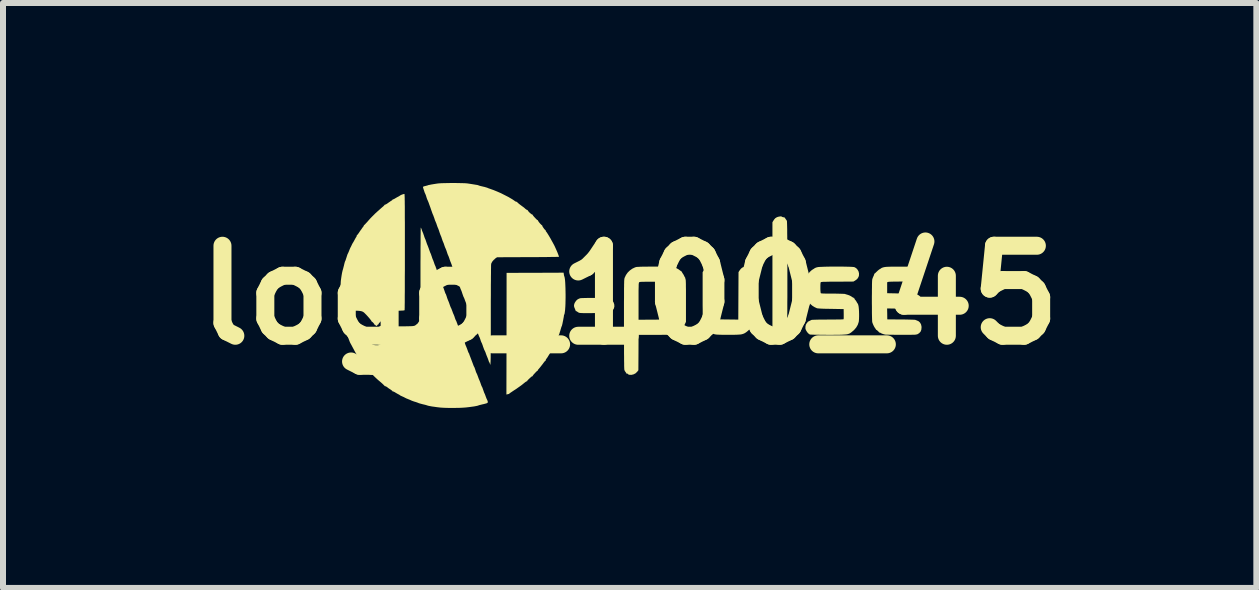
<source format=kicad_pcb>
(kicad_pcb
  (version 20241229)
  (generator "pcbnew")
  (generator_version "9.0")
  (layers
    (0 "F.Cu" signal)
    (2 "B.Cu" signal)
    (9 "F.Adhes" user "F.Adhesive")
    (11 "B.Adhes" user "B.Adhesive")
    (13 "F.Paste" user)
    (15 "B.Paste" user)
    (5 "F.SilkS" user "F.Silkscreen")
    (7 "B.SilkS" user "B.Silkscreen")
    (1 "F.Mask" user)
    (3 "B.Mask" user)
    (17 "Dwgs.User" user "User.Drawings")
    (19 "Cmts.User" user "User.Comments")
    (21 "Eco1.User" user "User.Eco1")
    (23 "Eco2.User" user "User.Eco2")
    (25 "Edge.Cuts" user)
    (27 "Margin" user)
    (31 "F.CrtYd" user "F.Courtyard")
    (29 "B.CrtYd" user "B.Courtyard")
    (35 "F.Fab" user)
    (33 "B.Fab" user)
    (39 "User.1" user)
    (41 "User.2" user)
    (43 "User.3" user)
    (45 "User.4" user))
  (footprint "logo_100_45"
    (layer "F.Cu")
    (at 7.443 1.867)
    (property "Reference" "logo_100_45" (at 0 0 0) (layer "F.SilkS") (effects (font (size 1.5 1.5) (thickness 0.3))))
    (attr board_only exclude_from_pos_files exclude_from_bom)
    (fp_poly (pts (xy -2.257 -0.588) (xy -2.258 -0.586) (xy -2.263 -0.58) (xy -2.264 -0.58) (xy -2.265 -0.584) (xy -2.264 -0.586) (xy -2.258 -0.592) (xy -2.257 -0.592)) (stroke (width 0) (type solid)) (fill yes) (layer "F.SilkS"))
    (fp_poly (pts (xy 2.533 -1.308) (xy 2.533 -1.307) (xy 2.538 -1.304) (xy 2.551 -1.299) (xy 2.566 -1.296) (xy 2.58 -1.294) (xy 2.587 -1.29) (xy 2.588 -1.287) (xy 2.591 -1.279) (xy 2.599 -1.268) (xy 2.6 -1.266) (xy 2.612 -1.25) (xy 2.621 -1.235) (xy 2.621 -1.227) (xy 2.622 -1.208) (xy 2.623 -1.179) (xy 2.624 -1.14) (xy 2.625 -1.092) (xy 2.625 -1.037) (xy 2.626 -0.975) (xy 2.626 -0.906) (xy 2.627 -0.832) (xy 2.627 -0.753) (xy 2.627 -0.67) (xy 2.628 -0.584) (xy 2.628 -0.496) (xy 2.628 -0.406) (xy 2.628 -0.316) (xy 2.628 -0.225) (xy 2.628 -0.136) (xy 2.628 -0.048) (xy 2.628 0.038) (xy 2.627 0.12) (xy 2.627 0.198) (xy 2.627 0.271) (xy 2.626 0.339) (xy 2.626 0.401) (xy 2.625 0.455) (xy 2.624 0.501) (xy 2.624 0.538) (xy 2.623 0.566) (xy 2.622 0.584) (xy 2.621 0.59) (xy 2.605 0.618) (xy 2.58 0.64) (xy 2.549 0.655) (xy 2.515 0.662) (xy 2.48 0.66) (xy 2.45 0.651) (xy 2.434 0.642) (xy 2.421 0.632) (xy 2.41 0.618) (xy 2.396 0.596) (xy 2.392 0.59) (xy 2.379 0.567) (xy 2.379 -0.323) (xy 2.379 -1.213) (xy 2.392 -1.235) (xy 2.41 -1.262) (xy 2.428 -1.282) (xy 2.437 -1.287) (xy 2.58 -1.287) (xy 2.583 -1.284) (xy 2.586 -1.287) (xy 2.583 -1.29) (xy 2.58 -1.287) (xy 2.437 -1.287) (xy 2.451 -1.296) (xy 2.456 -1.298) (xy 2.473 -1.304) (xy 2.492 -1.308) (xy 2.511 -1.311) (xy 2.525 -1.311)) (stroke (width 0) (type solid)) (fill yes) (layer "F.SilkS"))
    (fp_poly (pts (xy -0.57 0.048) (xy -0.511 0.049) (xy -0.462 0.049) (xy -0.422 0.05) (xy -0.391 0.051) (xy -0.366 0.053) (xy -0.347 0.056) (xy -0.333 0.059) (xy -0.321 0.064) (xy -0.312 0.07) (xy -0.303 0.078) (xy -0.293 0.088) (xy -0.288 0.093) (xy -0.268 0.122) (xy -0.257 0.156) (xy -0.255 0.19) (xy -0.263 0.224) (xy -0.281 0.253) (xy -0.289 0.265) (xy -0.292 0.274) (xy -0.291 0.275) (xy -0.291 0.278) (xy -0.293 0.278) (xy -0.309 0.279) (xy -0.323 0.289) (xy -0.326 0.291) (xy -0.332 0.293) (xy -0.34 0.295) (xy -0.352 0.296) (xy -0.369 0.297) (xy -0.392 0.298) (xy -0.422 0.299) (xy -0.461 0.299) (xy -0.509 0.3) (xy -0.568 0.3) (xy -0.582 0.3) (xy -0.644 0.301) (xy -0.695 0.301) (xy -0.737 0.301) (xy -0.77 0.301) (xy -0.795 0.3) (xy -0.815 0.299) (xy -0.829 0.298) (xy -0.839 0.296) (xy -0.846 0.294) (xy -0.849 0.293) (xy -0.865 0.283) (xy -0.877 0.275) (xy -0.888 0.268) (xy -0.894 0.268) (xy -0.901 0.265) (xy -0.901 0.263) (xy -0.9 0.263) (xy -0.897 0.266) (xy -0.894 0.263) (xy -0.897 0.26) (xy -0.9 0.263) (xy -0.901 0.263) (xy -0.901 0.262) (xy -0.903 0.253) (xy -0.909 0.237) (xy -0.914 0.225) (xy -0.925 0.198) (xy -0.928 0.174) (xy -0.923 0.148) (xy -0.914 0.127) (xy -0.892 0.094) (xy -0.864 0.069) (xy -0.829 0.054) (xy -0.824 0.053) (xy -0.808 0.051) (xy -0.781 0.05) (xy -0.743 0.049) (xy -0.694 0.048) (xy -0.635 0.048)) (stroke (width 0) (type solid)) (fill yes) (layer "F.SilkS"))
    (fp_poly (pts (xy 1.977 -0.47) (xy 1.99 -0.465) (xy 2.009 -0.453) (xy 2.03 -0.435) (xy 2.047 -0.415) (xy 2.059 -0.396) (xy 2.059 -0.395) (xy 2.061 -0.385) (xy 2.062 -0.363) (xy 2.063 -0.33) (xy 2.064 -0.285) (xy 2.064 -0.228) (xy 2.065 -0.16) (xy 2.065 -0.079) (xy 2.065 0.013) (xy 2.065 0.026) (xy 2.065 0.109) (xy 2.065 0.182) (xy 2.065 0.244) (xy 2.065 0.298) (xy 2.064 0.343) (xy 2.063 0.38) (xy 2.062 0.411) (xy 2.06 0.435) (xy 2.058 0.455) (xy 2.055 0.471) (xy 2.052 0.484) (xy 2.048 0.494) (xy 2.044 0.503) (xy 2.038 0.511) (xy 2.036 0.515) (xy 2.028 0.528) (xy 2.024 0.537) (xy 2.024 0.537) (xy 2.02 0.545) (xy 2.009 0.559) (xy 1.993 0.575) (xy 1.974 0.593) (xy 1.955 0.609) (xy 1.938 0.622) (xy 1.922 0.632) (xy 1.906 0.641) (xy 1.889 0.647) (xy 1.87 0.653) (xy 1.846 0.657) (xy 1.818 0.659) (xy 1.783 0.661) (xy 1.74 0.662) (xy 1.688 0.662) (xy 1.639 0.662) (xy 1.584 0.662) (xy 1.54 0.662) (xy 1.504 0.661) (xy 1.477 0.66) (xy 1.455 0.659) (xy 1.438 0.657) (xy 1.424 0.655) (xy 1.412 0.652) (xy 1.411 0.652) (xy 1.389 0.644) (xy 1.368 0.634) (xy 1.357 0.628) (xy 1.343 0.62) (xy 1.332 0.618) (xy 1.331 0.619) (xy 1.327 0.62) (xy 1.328 0.617) (xy 1.325 0.611) (xy 1.317 0.601) (xy 1.305 0.59) (xy 1.293 0.582) (xy 1.284 0.578) (xy 1.283 0.578) (xy 1.281 0.576) (xy 1.282 0.572) (xy 1.28 0.563) (xy 1.272 0.552) (xy 1.263 0.538) (xy 1.252 0.52) (xy 1.242 0.499) (xy 1.234 0.48) (xy 1.231 0.467) (xy 1.231 0.467) (xy 1.227 0.455) (xy 1.224 0.451) (xy 1.222 0.447) (xy 1.221 0.438) (xy 1.22 0.423) (xy 1.219 0.401) (xy 1.218 0.373) (xy 1.217 0.337) (xy 1.217 0.292) (xy 1.217 0.237) (xy 1.216 0.173) (xy 1.216 0.099) (xy 1.216 0.031) (xy 1.216 -0.382) (xy 1.23 -0.405) (xy 1.245 -0.428) (xy 1.258 -0.444) (xy 1.272 -0.454) (xy 1.287 -0.462) (xy 1.314 -0.47) (xy 1.346 -0.473) (xy 1.376 -0.47) (xy 1.393 -0.465) (xy 1.412 -0.454) (xy 1.433 -0.436) (xy 1.451 -0.416) (xy 1.457 -0.406) (xy 1.459 -0.401) (xy 1.46 -0.389) (xy 1.462 -0.371) (xy 1.463 -0.345) (xy 1.464 -0.312) (xy 1.465 -0.27) (xy 1.465 -0.218) (xy 1.466 -0.157) (xy 1.467 -0.086) (xy 1.468 -0.003) (xy 1.468 0.006) (xy 1.471 0.405) (xy 1.641 0.407) (xy 1.81 0.409) (xy 1.812 0.013) (xy 1.814 -0.382) (xy 1.835 -0.415) (xy 1.855 -0.44) (xy 1.876 -0.457) (xy 1.883 -0.461) (xy 1.913 -0.47) (xy 1.946 -0.473)) (stroke (width 0) (type solid)) (fill yes) (layer "F.SilkS"))
    (fp_poly (pts (xy -1.097 -0.345) (xy -1.094 -0.327) (xy -1.09 -0.314) (xy -1.089 -0.311) (xy -1.085 -0.299) (xy -1.081 -0.278) (xy -1.077 -0.247) (xy -1.074 -0.209) (xy -1.072 -0.165) (xy -1.07 -0.116) (xy -1.069 -0.064) (xy -1.068 -0.011) (xy -1.068 0.043) (xy -1.069 0.096) (xy -1.07 0.145) (xy -1.072 0.191) (xy -1.075 0.231) (xy -1.076 0.25) (xy -1.08 0.278) (xy -1.083 0.302) (xy -1.087 0.318) (xy -1.089 0.325) (xy -1.09 0.325) (xy -1.094 0.33) (xy -1.095 0.338) (xy -1.096 0.349) (xy -1.099 0.368) (xy -1.104 0.393) (xy -1.109 0.422) (xy -1.115 0.45) (xy -1.12 0.476) (xy -1.125 0.496) (xy -1.128 0.508) (xy -1.128 0.509) (xy -1.132 0.518) (xy -1.133 0.521) (xy -1.136 0.528) (xy -1.138 0.533) (xy -1.141 0.542) (xy -1.146 0.56) (xy -1.153 0.583) (xy -1.157 0.598) (xy -1.165 0.622) (xy -1.171 0.643) (xy -1.176 0.656) (xy -1.178 0.66) (xy -1.182 0.668) (xy -1.189 0.684) (xy -1.197 0.706) (xy -1.199 0.71) (xy -1.207 0.731) (xy -1.214 0.748) (xy -1.218 0.757) (xy -1.219 0.758) (xy -1.223 0.764) (xy -1.23 0.779) (xy -1.237 0.795) (xy -1.245 0.814) (xy -1.255 0.837) (xy -1.268 0.862) (xy -1.28 0.887) (xy -1.291 0.909) (xy -1.301 0.926) (xy -1.306 0.934) (xy -1.307 0.935) (xy -1.312 0.942) (xy -1.32 0.955) (xy -1.324 0.963) (xy -1.339 0.988) (xy -1.357 1.016) (xy -1.374 1.044) (xy -1.39 1.065) (xy -1.391 1.067) (xy -1.398 1.079) (xy -1.399 1.089) (xy -1.399 1.09) (xy -1.398 1.094) (xy -1.401 1.093) (xy -1.407 1.096) (xy -1.417 1.106) (xy -1.429 1.122) (xy -1.43 1.122) (xy -1.444 1.142) (xy -1.462 1.165) (xy -1.482 1.191) (xy -1.502 1.215) (xy -1.518 1.234) (xy -1.525 1.242) (xy -1.53 1.251) (xy -1.529 1.256) (xy -1.529 1.26) (xy -1.531 1.258) (xy -1.538 1.261) (xy -1.549 1.27) (xy -1.564 1.285) (xy -1.58 1.302) (xy -1.596 1.319) (xy -1.608 1.334) (xy -1.616 1.346) (xy -1.617 1.35) (xy -1.619 1.354) (xy -1.621 1.353) (xy -1.628 1.354) (xy -1.64 1.363) (xy -1.646 1.368) (xy -1.671 1.391) (xy -1.689 1.408) (xy -1.7 1.42) (xy -1.706 1.427) (xy -1.708 1.431) (xy -1.707 1.432) (xy -1.709 1.436) (xy -1.712 1.436) (xy -1.721 1.439) (xy -1.735 1.448) (xy -1.743 1.454) (xy -1.763 1.47) (xy -1.784 1.487) (xy -1.791 1.493) (xy -1.807 1.505) (xy -1.832 1.523) (xy -1.862 1.544) (xy -1.896 1.568) (xy -1.932 1.591) (xy -1.966 1.614) (xy -1.972 1.618) (xy -1.99 1.63) (xy -2.003 1.64) (xy -2.009 1.645) (xy -2.009 1.646) (xy -2.012 1.649) (xy -2.017 1.649) (xy -2.031 1.652) (xy -2.04 1.654) (xy -2.054 1.658) (xy -2.052 0.644) (xy -2.051 -0.37) (xy -1.576 -0.371) (xy -1.101 -0.373)) (stroke (width 0) (type solid)) (fill yes) (layer "F.SilkS"))
    (fp_poly (pts (xy 4.592 -0.473) (xy 4.652 -0.473) (xy 4.701 -0.472) (xy 4.739 -0.471) (xy 4.767 -0.47) (xy 4.784 -0.468) (xy 4.788 -0.467) (xy 4.812 -0.454) (xy 4.835 -0.434) (xy 4.853 -0.41) (xy 4.856 -0.403) (xy 4.863 -0.378) (xy 4.864 -0.347) (xy 4.861 -0.317) (xy 4.854 -0.292) (xy 4.853 -0.291) (xy 4.842 -0.273) (xy 4.829 -0.258) (xy 4.809 -0.244) (xy 4.798 -0.238) (xy 4.792 -0.234) (xy 4.785 -0.232) (xy 4.777 -0.23) (xy 4.767 -0.228) (xy 4.752 -0.227) (xy 4.732 -0.226) (xy 4.706 -0.225) (xy 4.673 -0.225) (xy 4.63 -0.225) (xy 4.578 -0.225) (xy 4.548 -0.225) (xy 4.492 -0.225) (xy 4.441 -0.224) (xy 4.396 -0.224) (xy 4.359 -0.223) (xy 4.331 -0.222) (xy 4.313 -0.22) (xy 4.306 -0.219) (xy 4.291 -0.213) (xy 4.291 -0.122) (xy 4.291 -0.031) (xy 4.442 -0.028) (xy 4.49 -0.026) (xy 4.539 -0.025) (xy 4.587 -0.025) (xy 4.63 -0.024) (xy 4.666 -0.023) (xy 4.681 -0.023) (xy 4.714 -0.023) (xy 4.739 -0.022) (xy 4.756 -0.021) (xy 4.77 -0.019) (xy 4.781 -0.014) (xy 4.794 -0.008) (xy 4.802 -0.004) (xy 4.825 0.01) (xy 4.84 0.024) (xy 4.851 0.042) (xy 4.86 0.068) (xy 4.864 0.098) (xy 4.864 0.129) (xy 4.858 0.155) (xy 4.855 0.16) (xy 4.85 0.174) (xy 4.85 0.184) (xy 4.85 0.185) (xy 4.851 0.188) (xy 4.848 0.187) (xy 4.841 0.189) (xy 4.829 0.196) (xy 4.826 0.199) (xy 4.817 0.207) (xy 4.808 0.213) (xy 4.798 0.218) (xy 4.786 0.222) (xy 4.771 0.225) (xy 4.75 0.227) (xy 4.724 0.229) (xy 4.691 0.229) (xy 4.65 0.229) (xy 4.6 0.228) (xy 4.539 0.227) (xy 4.526 0.227) (xy 4.29 0.223) (xy 4.292 0.314) (xy 4.293 0.405) (xy 4.524 0.407) (xy 4.575 0.407) (xy 4.623 0.408) (xy 4.665 0.409) (xy 4.702 0.41) (xy 4.73 0.411) (xy 4.75 0.412) (xy 4.76 0.413) (xy 4.76 0.414) (xy 4.771 0.418) (xy 4.785 0.423) (xy 4.814 0.436) (xy 4.838 0.458) (xy 4.855 0.487) (xy 4.863 0.522) (xy 4.864 0.539) (xy 4.86 0.579) (xy 4.847 0.611) (xy 4.824 0.635) (xy 4.797 0.652) (xy 4.791 0.654) (xy 4.783 0.656) (xy 4.773 0.658) (xy 4.76 0.66) (xy 4.743 0.661) (xy 4.719 0.661) (xy 4.69 0.662) (xy 4.652 0.662) (xy 4.605 0.662) (xy 4.548 0.662) (xy 4.521 0.662) (xy 4.468 0.662) (xy 4.417 0.662) (xy 4.371 0.661) (xy 4.332 0.661) (xy 4.299 0.66) (xy 4.275 0.66) (xy 4.261 0.659) (xy 4.258 0.659) (xy 4.234 0.653) (xy 4.21 0.645) (xy 4.191 0.637) (xy 4.18 0.63) (xy 4.179 0.63) (xy 4.169 0.624) (xy 4.163 0.624) (xy 4.156 0.624) (xy 4.156 0.623) (xy 4.153 0.616) (xy 4.143 0.606) (xy 4.131 0.594) (xy 4.118 0.584) (xy 4.108 0.578) (xy 4.105 0.577) (xy 4.104 0.577) (xy 4.104 0.576) (xy 4.103 0.569) (xy 4.096 0.56) (xy 4.084 0.543) (xy 4.07 0.519) (xy 4.057 0.491) (xy 4.047 0.466) (xy 4.042 0.45) (xy 4.041 0.438) (xy 4.04 0.416) (xy 4.039 0.384) (xy 4.038 0.345) (xy 4.037 0.3) (xy 4.037 0.249) (xy 4.037 0.194) (xy 4.036 0.138) (xy 4.036 0.08) (xy 4.036 0.023) (xy 4.037 -0.033) (xy 4.037 -0.086) (xy 4.038 -0.134) (xy 4.038 -0.177) (xy 4.039 -0.212) (xy 4.04 -0.239) (xy 4.042 -0.256) (xy 4.042 -0.26) (xy 4.049 -0.282) (xy 4.059 -0.306) (xy 4.063 -0.315) (xy 4.071 -0.332) (xy 4.075 -0.345) (xy 4.074 -0.349) (xy 4.074 -0.354) (xy 4.076 -0.354) (xy 4.082 -0.357) (xy 4.093 -0.367) (xy 4.108 -0.382) (xy 4.11 -0.384) (xy 4.129 -0.402) (xy 4.15 -0.42) (xy 4.166 -0.431) (xy 4.182 -0.44) (xy 4.193 -0.448) (xy 4.196 -0.45) (xy 4.203 -0.454) (xy 4.218 -0.459) (xy 4.235 -0.464) (xy 4.246 -0.466) (xy 4.259 -0.468) (xy 4.276 -0.47) (xy 4.297 -0.471) (xy 4.325 -0.472) (xy 4.359 -0.473) (xy 4.402 -0.473) (xy 4.454 -0.473) (xy 4.516 -0.473) (xy 4.52 -0.473)) (stroke (width 0) (type solid)) (fill yes) (layer "F.SilkS"))
    (fp_poly (pts (xy 0.425 -0.474) (xy 0.48 -0.474) (xy 0.533 -0.473) (xy 0.583 -0.472) (xy 0.629 -0.471) (xy 0.668 -0.47) (xy 0.7 -0.468) (xy 0.723 -0.467) (xy 0.735 -0.465) (xy 0.773 -0.451) (xy 0.811 -0.431) (xy 0.837 -0.412) (xy 0.852 -0.401) (xy 0.863 -0.394) (xy 0.867 -0.393) (xy 0.871 -0.389) (xy 0.871 -0.385) (xy 0.874 -0.376) (xy 0.882 -0.363) (xy 0.883 -0.362) (xy 0.894 -0.346) (xy 0.905 -0.326) (xy 0.908 -0.319) (xy 0.916 -0.303) (xy 0.923 -0.292) (xy 0.925 -0.289) (xy 0.928 -0.281) (xy 0.927 -0.276) (xy 0.928 -0.267) (xy 0.931 -0.265) (xy 0.932 -0.261) (xy 0.934 -0.252) (xy 0.935 -0.236) (xy 0.936 -0.212) (xy 0.937 -0.181) (xy 0.937 -0.14) (xy 0.938 -0.09) (xy 0.938 -0.031) (xy 0.938 0.04) (xy 0.938 0.092) (xy 0.938 0.447) (xy 0.921 0.482) (xy 0.913 0.501) (xy 0.908 0.516) (xy 0.908 0.525) (xy 0.908 0.531) (xy 0.906 0.531) (xy 0.9 0.535) (xy 0.889 0.545) (xy 0.876 0.561) (xy 0.874 0.563) (xy 0.854 0.584) (xy 0.83 0.605) (xy 0.81 0.62) (xy 0.795 0.629) (xy 0.782 0.637) (xy 0.768 0.644) (xy 0.753 0.649) (xy 0.736 0.653) (xy 0.716 0.657) (xy 0.691 0.659) (xy 0.66 0.661) (xy 0.622 0.662) (xy 0.577 0.662) (xy 0.522 0.663) (xy 0.457 0.663) (xy 0.425 0.663) (xy 0.148 0.663) (xy 0.147 0.958) (xy 0.145 1.253) (xy 0.128 1.275) (xy 0.1 1.303) (xy 0.066 1.321) (xy 0.029 1.33) (xy -0.009 1.328) (xy -0.01 1.328) (xy -0.021 1.324) (xy -0.024 1.32) (xy -0.029 1.314) (xy -0.04 1.309) (xy -0.052 1.307) (xy -0.056 1.307) (xy -0.059 1.306) (xy -0.058 1.304) (xy -0.058 1.298) (xy -0.065 1.287) (xy -0.067 1.285) (xy -0.079 1.268) (xy -0.088 1.249) (xy -0.089 1.242) (xy -0.09 1.228) (xy -0.091 1.206) (xy -0.092 1.176) (xy -0.092 1.137) (xy -0.093 1.089) (xy -0.093 1.032) (xy -0.094 0.966) (xy -0.094 0.889) (xy -0.094 0.803) (xy -0.095 0.705) (xy -0.095 0.596) (xy -0.095 0.487) (xy -0.095 0.411) (xy 0.148 0.411) (xy 0.413 0.41) (xy 0.479 0.409) (xy 0.535 0.409) (xy 0.58 0.408) (xy 0.616 0.407) (xy 0.643 0.406) (xy 0.663 0.405) (xy 0.675 0.403) (xy 0.681 0.401) (xy 0.682 0.401) (xy 0.683 0.394) (xy 0.683 0.376) (xy 0.684 0.348) (xy 0.685 0.313) (xy 0.685 0.269) (xy 0.686 0.22) (xy 0.686 0.166) (xy 0.686 0.108) (xy 0.686 0.09) (xy 0.686 0.022) (xy 0.686 -0.035) (xy 0.686 -0.082) (xy 0.686 -0.12) (xy 0.685 -0.15) (xy 0.685 -0.173) (xy 0.684 -0.19) (xy 0.683 -0.202) (xy 0.681 -0.21) (xy 0.68 -0.215) (xy 0.677 -0.217) (xy 0.676 -0.218) (xy 0.668 -0.219) (xy 0.65 -0.219) (xy 0.622 -0.22) (xy 0.586 -0.221) (xy 0.544 -0.221) (xy 0.496 -0.222) (xy 0.444 -0.222) (xy 0.415 -0.222) (xy 0.354 -0.222) (xy 0.304 -0.222) (xy 0.263 -0.222) (xy 0.231 -0.221) (xy 0.207 -0.221) (xy 0.189 -0.22) (xy 0.176 -0.219) (xy 0.167 -0.217) (xy 0.162 -0.215) (xy 0.158 -0.213) (xy 0.156 -0.21) (xy 0.154 -0.206) (xy 0.153 -0.198) (xy 0.151 -0.186) (xy 0.15 -0.169) (xy 0.15 -0.145) (xy 0.149 -0.114) (xy 0.148 -0.076) (xy 0.148 -0.028) (xy 0.148 0.03) (xy 0.148 0.099) (xy 0.148 0.106) (xy 0.148 0.411) (xy -0.095 0.411) (xy -0.095 0.378) (xy -0.095 0.28) (xy -0.095 0.193) (xy -0.095 0.116) (xy -0.094 0.048) (xy -0.094 -0.012) (xy -0.094 -0.063) (xy -0.094 -0.107) (xy -0.093 -0.145) (xy -0.093 -0.176) (xy -0.092 -0.202) (xy -0.092 -0.223) (xy -0.091 -0.24) (xy -0.09 -0.253) (xy -0.089 -0.264) (xy -0.088 -0.272) (xy -0.086 -0.279) (xy -0.085 -0.285) (xy -0.083 -0.29) (xy -0.082 -0.291) (xy -0.062 -0.334) (xy -0.033 -0.375) (xy -0.02 -0.388) (xy 0.864 -0.388) (xy 0.867 -0.385) (xy 0.87 -0.388) (xy 0.867 -0.391) (xy 0.864 -0.388) (xy -0.02 -0.388) (xy 0.004 -0.411) (xy 0.045 -0.44) (xy 0.089 -0.461) (xy 0.108 -0.467) (xy 0.122 -0.469) (xy 0.146 -0.47) (xy 0.179 -0.472) (xy 0.22 -0.473) (xy 0.266 -0.473) (xy 0.317 -0.474) (xy 0.37 -0.474)) (stroke (width 0) (type solid)) (fill yes) (layer "F.SilkS"))
    (fp_poly (pts (xy 3.501 -0.474) (xy 3.553 -0.474) (xy 3.602 -0.473) (xy 3.646 -0.472) (xy 3.684 -0.471) (xy 3.715 -0.469) (xy 3.736 -0.467) (xy 3.745 -0.465) (xy 3.774 -0.449) (xy 3.797 -0.424) (xy 3.814 -0.394) (xy 3.822 -0.361) (xy 3.821 -0.326) (xy 3.814 -0.303) (xy 3.799 -0.277) (xy 3.778 -0.256) (xy 3.754 -0.24) (xy 3.729 -0.225) (xy 3.459 -0.223) (xy 3.395 -0.223) (xy 3.341 -0.223) (xy 3.297 -0.222) (xy 3.262 -0.221) (xy 3.235 -0.221) (xy 3.215 -0.22) (xy 3.201 -0.218) (xy 3.191 -0.217) (xy 3.186 -0.215) (xy 3.184 -0.213) (xy 3.181 -0.203) (xy 3.179 -0.184) (xy 3.178 -0.16) (xy 3.178 -0.131) (xy 3.178 -0.102) (xy 3.179 -0.075) (xy 3.181 -0.052) (xy 3.183 -0.036) (xy 3.185 -0.031) (xy 3.191 -0.029) (xy 3.203 -0.027) (xy 3.224 -0.026) (xy 3.254 -0.025) (xy 3.293 -0.024) (xy 3.342 -0.024) (xy 3.383 -0.024) (xy 3.43 -0.024) (xy 3.474 -0.023) (xy 3.512 -0.022) (xy 3.545 -0.021) (xy 3.569 -0.02) (xy 3.584 -0.019) (xy 3.588 -0.018) (xy 3.6 -0.014) (xy 3.62 -0.008) (xy 3.637 -0.003) (xy 3.662 0.006) (xy 3.687 0.019) (xy 3.7 0.027) (xy 3.716 0.038) (xy 3.729 0.045) (xy 3.735 0.046) (xy 3.742 0.049) (xy 3.743 0.054) (xy 3.747 0.065) (xy 3.756 0.077) (xy 3.767 0.09) (xy 3.779 0.108) (xy 3.782 0.114) (xy 3.791 0.13) (xy 3.798 0.14) (xy 3.8 0.142) (xy 3.804 0.149) (xy 3.809 0.164) (xy 3.814 0.184) (xy 3.817 0.206) (xy 3.82 0.238) (xy 3.822 0.275) (xy 3.823 0.316) (xy 3.823 0.356) (xy 3.822 0.394) (xy 3.82 0.426) (xy 3.817 0.45) (xy 3.816 0.451) (xy 3.801 0.496) (xy 3.775 0.541) (xy 3.739 0.583) (xy 3.695 0.62) (xy 3.687 0.626) (xy 3.675 0.634) (xy 3.663 0.641) (xy 3.65 0.646) (xy 3.635 0.651) (xy 3.617 0.655) (xy 3.595 0.657) (xy 3.567 0.659) (xy 3.534 0.661) (xy 3.493 0.662) (xy 3.444 0.662) (xy 3.385 0.663) (xy 3.316 0.663) (xy 3.287 0.663) (xy 3.229 0.662) (xy 3.176 0.662) (xy 3.127 0.661) (xy 3.085 0.661) (xy 3.049 0.66) (xy 3.022 0.659) (xy 3.005 0.658) (xy 2.998 0.657) (xy 2.998 0.657) (xy 2.995 0.651) (xy 2.99 0.648) (xy 2.977 0.64) (xy 2.963 0.624) (xy 2.949 0.604) (xy 2.937 0.583) (xy 2.93 0.564) (xy 2.929 0.56) (xy 2.929 0.527) (xy 2.935 0.496) (xy 2.948 0.473) (xy 2.95 0.47) (xy 2.96 0.459) (xy 2.965 0.451) (xy 2.965 0.45) (xy 2.967 0.447) (xy 2.973 0.443) (xy 2.986 0.436) (xy 3.006 0.426) (xy 3.031 0.414) (xy 3.039 0.413) (xy 3.057 0.412) (xy 3.085 0.411) (xy 3.121 0.41) (xy 3.163 0.409) (xy 3.212 0.409) (xy 3.264 0.409) (xy 3.3 0.408) (xy 3.354 0.408) (xy 3.405 0.408) (xy 3.451 0.407) (xy 3.491 0.407) (xy 3.523 0.406) (xy 3.547 0.405) (xy 3.561 0.404) (xy 3.564 0.403) (xy 3.566 0.396) (xy 3.567 0.379) (xy 3.567 0.355) (xy 3.567 0.326) (xy 3.567 0.316) (xy 3.566 0.234) (xy 3.355 0.23) (xy 3.29 0.229) (xy 3.236 0.228) (xy 3.193 0.226) (xy 3.16 0.224) (xy 3.137 0.222) (xy 3.123 0.22) (xy 3.122 0.22) (xy 3.085 0.203) (xy 3.047 0.18) (xy 3.013 0.151) (xy 2.984 0.119) (xy 2.963 0.087) (xy 2.955 0.071) (xy 2.949 0.054) (xy 2.947 0.05) (xy 3.734 0.05) (xy 3.737 0.053) (xy 3.74 0.05) (xy 3.737 0.047) (xy 3.734 0.05) (xy 2.947 0.05) (xy 2.943 0.044) (xy 2.941 0.041) (xy 2.937 0.036) (xy 2.934 0.02) (xy 2.931 -0.006) (xy 2.93 -0.044) (xy 2.929 -0.093) (xy 2.929 -0.133) (xy 2.929 -0.178) (xy 2.93 -0.212) (xy 2.931 -0.238) (xy 2.933 -0.256) (xy 2.936 -0.269) (xy 2.938 -0.274) (xy 2.945 -0.291) (xy 2.954 -0.312) (xy 2.958 -0.321) (xy 2.975 -0.352) (xy 2.998 -0.382) (xy 3.025 -0.408) (xy 3.048 -0.425) (xy 3.065 -0.435) (xy 3.079 -0.444) (xy 3.083 -0.448) (xy 3.094 -0.453) (xy 3.112 -0.46) (xy 3.128 -0.464) (xy 3.143 -0.467) (xy 3.168 -0.469) (xy 3.202 -0.47) (xy 3.242 -0.472) (xy 3.289 -0.473) (xy 3.339 -0.474) (xy 3.392 -0.474) (xy 3.447 -0.474)) (stroke (width 0) (type solid)) (fill yes) (layer "F.SilkS"))
    (fp_poly (pts (xy -3.754 -1.684) (xy -3.753 -1.683) (xy -3.752 -1.678) (xy -3.751 -1.67) (xy -3.751 -1.658) (xy -3.75 -1.641) (xy -3.749 -1.619) (xy -3.749 -1.592) (xy -3.748 -1.559) (xy -3.748 -1.52) (xy -3.747 -1.473) (xy -3.747 -1.419) (xy -3.747 -1.357) (xy -3.747 -1.287) (xy -3.746 -1.207) (xy -3.746 -1.118) (xy -3.746 -1.019) (xy -3.746 -0.909) (xy -3.746 -0.789) (xy -3.746 -0.718) (xy -3.746 -0.612) (xy -3.746 -0.509) (xy -3.746 -0.41) (xy -3.747 -0.316) (xy -3.747 -0.226) (xy -3.747 -0.142) (xy -3.747 -0.065) (xy -3.748 0.006) (xy -3.748 0.069) (xy -3.748 0.123) (xy -3.749 0.169) (xy -3.749 0.206) (xy -3.75 0.232) (xy -3.75 0.248) (xy -3.751 0.253) (xy -3.758 0.255) (xy -3.775 0.258) (xy -3.802 0.259) (xy -3.841 0.261) (xy -3.867 0.261) (xy -3.907 0.262) (xy -3.937 0.263) (xy -3.959 0.264) (xy -3.975 0.266) (xy -3.987 0.269) (xy -3.997 0.273) (xy -4.004 0.276) (xy -4.019 0.287) (xy -4.038 0.303) (xy -4.058 0.323) (xy -4.077 0.344) (xy -4.095 0.365) (xy -4.108 0.383) (xy -4.115 0.396) (xy -4.115 0.4) (xy -4.117 0.406) (xy -4.119 0.405) (xy -4.126 0.407) (xy -4.135 0.416) (xy -4.144 0.428) (xy -4.15 0.439) (xy -4.151 0.445) (xy -4.15 0.449) (xy -4.153 0.448) (xy -4.159 0.45) (xy -4.168 0.459) (xy -4.178 0.47) (xy -4.184 0.481) (xy -4.185 0.487) (xy -4.188 0.49) (xy -4.191 0.49) (xy -4.199 0.493) (xy -4.204 0.502) (xy -4.214 0.513) (xy -4.225 0.513) (xy -4.236 0.503) (xy -4.244 0.495) (xy -4.249 0.494) (xy -4.254 0.495) (xy -4.254 0.493) (xy -4.256 0.485) (xy -4.264 0.473) (xy -4.275 0.46) (xy -4.287 0.449) (xy -4.296 0.442) (xy -4.299 0.442) (xy -4.302 0.443) (xy -4.301 0.441) (xy -4.302 0.434) (xy -4.311 0.421) (xy -4.325 0.402) (xy -4.344 0.379) (xy -4.366 0.354) (xy -4.39 0.328) (xy -4.411 0.307) (xy -4.424 0.294) (xy -4.437 0.284) (xy -4.451 0.276) (xy -4.467 0.27) (xy -4.486 0.266) (xy -4.511 0.263) (xy -4.543 0.261) (xy -4.583 0.261) (xy -4.633 0.26) (xy -4.652 0.26) (xy -4.81 0.26) (xy -4.815 0.226) (xy -4.817 0.207) (xy -4.818 0.178) (xy -4.819 0.14) (xy -4.82 0.097) (xy -4.82 0.049) (xy -4.82 -0.000255) (xy -4.82 -0.05) (xy -4.819 -0.099) (xy -4.818 -0.144) (xy -4.816 -0.183) (xy -4.815 -0.215) (xy -4.813 -0.238) (xy -4.813 -0.24) (xy -4.807 -0.283) (xy -4.801 -0.323) (xy -4.795 -0.359) (xy -4.789 -0.388) (xy -4.784 -0.408) (xy -4.782 -0.417) (xy -4.778 -0.428) (xy -4.773 -0.447) (xy -4.767 -0.471) (xy -4.761 -0.494) (xy -4.755 -0.52) (xy -4.749 -0.543) (xy -4.744 -0.559) (xy -4.741 -0.565) (xy -4.737 -0.573) (xy -4.731 -0.59) (xy -4.724 -0.612) (xy -4.72 -0.624) (xy -4.712 -0.649) (xy -4.705 -0.671) (xy -4.699 -0.686) (xy -4.697 -0.689) (xy -4.691 -0.701) (xy -4.683 -0.719) (xy -4.674 -0.741) (xy -4.672 -0.746) (xy -4.664 -0.767) (xy -4.657 -0.783) (xy -4.653 -0.792) (xy -4.652 -0.793) (xy -4.648 -0.8) (xy -4.641 -0.814) (xy -4.634 -0.829) (xy -4.625 -0.848) (xy -4.617 -0.863) (xy -4.613 -0.87) (xy -4.606 -0.88) (xy -4.597 -0.896) (xy -4.59 -0.909) (xy -4.578 -0.931) (xy -4.566 -0.953) (xy -4.56 -0.962) (xy -4.551 -0.977) (xy -4.547 -0.99) (xy -4.548 -0.993) (xy -4.548 -0.998) (xy -4.546 -0.998) (xy -4.54 -1.001) (xy -4.531 -1.012) (xy -4.518 -1.029) (xy -4.515 -1.034) (xy -4.502 -1.053) (xy -4.492 -1.068) (xy -4.486 -1.076) (xy -4.486 -1.077) (xy -4.481 -1.083) (xy -4.471 -1.096) (xy -4.462 -1.11) (xy -4.45 -1.127) (xy -4.439 -1.141) (xy -4.434 -1.147) (xy -4.429 -1.156) (xy -4.43 -1.161) (xy -4.43 -1.165) (xy -4.428 -1.165) (xy -4.422 -1.168) (xy -4.41 -1.179) (xy -4.394 -1.197) (xy -4.374 -1.218) (xy -4.363 -1.231) (xy -4.324 -1.275) (xy -4.285 -1.315) (xy -4.244 -1.356) (xy -4.198 -1.398) (xy -4.146 -1.444) (xy -4.123 -1.464) (xy -4.103 -1.481) (xy -4.09 -1.495) (xy -4.083 -1.503) (xy -4.082 -1.505) (xy -4.08 -1.507) (xy -4.078 -1.506) (xy -4.071 -1.508) (xy -4.056 -1.515) (xy -4.037 -1.527) (xy -4.022 -1.538) (xy -4 -1.553) (xy -3.98 -1.567) (xy -3.965 -1.576) (xy -3.96 -1.58) (xy -3.951 -1.587) (xy -3.95 -1.592) (xy -3.949 -1.595) (xy -3.946 -1.595) (xy -3.936 -1.596) (xy -3.922 -1.603) (xy -3.915 -1.607) (xy -3.897 -1.618) (xy -3.874 -1.631) (xy -3.863 -1.637) (xy -3.845 -1.646) (xy -3.833 -1.654) (xy -3.829 -1.657) (xy -3.821 -1.662) (xy -3.805 -1.67) (xy -3.787 -1.677) (xy -3.77 -1.682) (xy -3.757 -1.685)) (stroke (width 0) (type solid)) (fill yes) (layer "F.SilkS"))
    (fp_poly (pts (xy -2.889 -1.867) (xy -2.839 -1.866) (xy -2.792 -1.865) (xy -2.752 -1.864) (xy -2.72 -1.862) (xy -2.702 -1.86) (xy -2.649 -1.852) (xy -2.605 -1.845) (xy -2.569 -1.839) (xy -2.543 -1.835) (xy -2.526 -1.831) (xy -2.521 -1.829) (xy -2.514 -1.826) (xy -2.499 -1.821) (xy -2.476 -1.815) (xy -2.449 -1.809) (xy -2.447 -1.808) (xy -2.419 -1.802) (xy -2.396 -1.795) (xy -2.378 -1.79) (xy -2.37 -1.787) (xy -2.37 -1.787) (xy -2.362 -1.783) (xy -2.346 -1.777) (xy -2.325 -1.77) (xy -2.323 -1.769) (xy -2.269 -1.75) (xy -2.208 -1.725) (xy -2.144 -1.697) (xy -2.081 -1.665) (xy -2.02 -1.634) (xy -1.966 -1.602) (xy -1.959 -1.598) (xy -1.942 -1.587) (xy -1.929 -1.578) (xy -1.923 -1.574) (xy -1.913 -1.566) (xy -1.899 -1.558) (xy -1.887 -1.554) (xy -1.882 -1.554) (xy -1.877 -1.553) (xy -1.877 -1.551) (xy -1.873 -1.546) (xy -1.862 -1.535) (xy -1.844 -1.52) (xy -1.821 -1.502) (xy -1.814 -1.497) (xy -1.79 -1.479) (xy -1.769 -1.464) (xy -1.754 -1.452) (xy -1.747 -1.445) (xy -1.746 -1.445) (xy -1.736 -1.435) (xy -1.723 -1.426) (xy -1.711 -1.419) (xy -1.703 -1.418) (xy -1.703 -1.418) (xy -1.699 -1.418) (xy -1.701 -1.416) (xy -1.698 -1.409) (xy -1.689 -1.397) (xy -1.676 -1.382) (xy -1.66 -1.367) (xy -1.644 -1.354) (xy -1.63 -1.344) (xy -1.622 -1.341) (xy -1.621 -1.341) (xy -1.617 -1.34) (xy -1.617 -1.338) (xy -1.614 -1.331) (xy -1.605 -1.318) (xy -1.591 -1.302) (xy -1.575 -1.285) (xy -1.559 -1.268) (xy -1.545 -1.255) (xy -1.535 -1.248) (xy -1.531 -1.247) (xy -1.528 -1.247) (xy -1.529 -1.245) (xy -1.527 -1.238) (xy -1.519 -1.225) (xy -1.507 -1.209) (xy -1.493 -1.192) (xy -1.479 -1.178) (xy -1.468 -1.167) (xy -1.461 -1.164) (xy -1.46 -1.164) (xy -1.457 -1.164) (xy -1.458 -1.161) (xy -1.457 -1.153) (xy -1.45 -1.14) (xy -1.439 -1.123) (xy -1.427 -1.106) (xy -1.415 -1.092) (xy -1.405 -1.083) (xy -1.401 -1.082) (xy -1.399 -1.079) (xy -1.4 -1.077) (xy -1.399 -1.068) (xy -1.393 -1.059) (xy -1.382 -1.045) (xy -1.367 -1.022) (xy -1.349 -0.993) (xy -1.33 -0.961) (xy -1.324 -0.951) (xy -1.301 -0.909) (xy -1.283 -0.877) (xy -1.269 -0.851) (xy -1.259 -0.832) (xy -1.252 -0.819) (xy -1.251 -0.817) (xy -1.243 -0.799) (xy -1.233 -0.777) (xy -1.228 -0.766) (xy -1.22 -0.748) (xy -1.21 -0.725) (xy -1.2 -0.701) (xy -1.191 -0.677) (xy -1.183 -0.656) (xy -1.179 -0.642) (xy -1.178 -0.638) (xy -1.183 -0.637) (xy -1.2 -0.637) (xy -1.227 -0.636) (xy -1.263 -0.635) (xy -1.308 -0.635) (xy -1.36 -0.634) (xy -1.419 -0.633) (xy -1.484 -0.633) (xy -1.554 -0.632) (xy -1.628 -0.632) (xy -1.694 -0.632) (xy -2.21 -0.63) (xy -2.239 -0.61) (xy -2.269 -0.583) (xy -2.292 -0.554) (xy -2.307 -0.524) (xy -2.308 -0.517) (xy -2.309 -0.508) (xy -2.31 -0.488) (xy -2.31 -0.458) (xy -2.311 -0.417) (xy -2.311 -0.367) (xy -2.312 -0.309) (xy -2.312 -0.242) (xy -2.313 -0.168) (xy -2.313 -0.087) (xy -2.313 0.000485) (xy -2.314 0.093) (xy -2.314 0.191) (xy -2.314 0.294) (xy -2.314 0.33) (xy -2.314 0.45) (xy -2.314 0.559) (xy -2.314 0.657) (xy -2.314 0.745) (xy -2.314 0.822) (xy -2.315 0.891) (xy -2.315 0.95) (xy -2.316 1.001) (xy -2.316 1.044) (xy -2.317 1.079) (xy -2.318 1.107) (xy -2.319 1.129) (xy -2.32 1.145) (xy -2.321 1.155) (xy -2.323 1.16) (xy -2.325 1.16) (xy -2.326 1.156) (xy -2.328 1.148) (xy -2.33 1.143) (xy -2.333 1.13) (xy -2.337 1.124) (xy -2.337 1.124) (xy -2.341 1.119) (xy -2.347 1.106) (xy -2.352 1.09) (xy -2.361 1.065) (xy -2.371 1.039) (xy -2.376 1.027) (xy -2.385 1.005) (xy -2.395 0.978) (xy -2.402 0.957) (xy -2.41 0.938) (xy -2.417 0.923) (xy -2.422 0.917) (xy -2.422 0.917) (xy -2.425 0.915) (xy -2.424 0.913) (xy -2.424 0.906) (xy -2.426 0.903) (xy -2.43 0.895) (xy -2.436 0.878) (xy -2.444 0.856) (xy -2.447 0.846) (xy -2.455 0.824) (xy -2.462 0.805) (xy -2.467 0.795) (xy -2.468 0.793) (xy -2.472 0.786) (xy -2.478 0.771) (xy -2.485 0.751) (xy -2.485 0.749) (xy -2.493 0.726) (xy -2.5 0.707) (xy -2.506 0.696) (xy -2.506 0.695) (xy -2.511 0.684) (xy -2.519 0.665) (xy -2.527 0.643) (xy -2.527 0.642) (xy -2.535 0.619) (xy -2.542 0.599) (xy -2.548 0.586) (xy -2.549 0.586) (xy -2.555 0.573) (xy -2.564 0.551) (xy -2.576 0.519) (xy -2.592 0.476) (xy -2.612 0.423) (xy -2.614 0.417) (xy -2.623 0.397) (xy -2.63 0.38) (xy -2.636 0.372) (xy -2.636 0.371) (xy -2.639 0.368) (xy -2.637 0.367) (xy -2.636 0.363) (xy -2.638 0.36) (xy -2.643 0.35) (xy -2.649 0.334) (xy -2.656 0.312) (xy -2.657 0.311) (xy -2.665 0.288) (xy -2.672 0.27) (xy -2.677 0.258) (xy -2.678 0.257) (xy -2.683 0.247) (xy -2.69 0.228) (xy -2.699 0.205) (xy -2.702 0.195) (xy -2.71 0.173) (xy -2.717 0.155) (xy -2.721 0.144) (xy -2.722 0.142) (xy -2.726 0.135) (xy -2.732 0.12) (xy -2.74 0.1) (xy -2.743 0.092) (xy -2.751 0.069) (xy -2.758 0.051) (xy -2.763 0.039) (xy -2.765 0.038) (xy -2.769 0.029) (xy -2.775 0.013) (xy -2.783 -0.01) (xy -2.788 -0.024) (xy -2.796 -0.049) (xy -2.803 -0.069) (xy -2.809 -0.082) (xy -2.811 -0.086) (xy -2.814 -0.094) (xy -2.821 -0.11) (xy -2.828 -0.132) (xy -2.832 -0.142) (xy -2.84 -0.165) (xy -2.846 -0.184) (xy -2.851 -0.196) (xy -2.852 -0.198) (xy -2.856 -0.206) (xy -2.862 -0.223) (xy -2.87 -0.244) (xy -2.873 -0.254) (xy -2.881 -0.278) (xy -2.888 -0.297) (xy -2.893 -0.309) (xy -2.894 -0.311) (xy -2.898 -0.319) (xy -2.905 -0.336) (xy -2.912 -0.357) (xy -2.915 -0.367) (xy -2.923 -0.39) (xy -2.93 -0.408) (xy -2.934 -0.419) (xy -2.935 -0.42) (xy -2.939 -0.427) (xy -2.945 -0.442) (xy -2.952 -0.464) (xy -2.959 -0.482) (xy -2.967 -0.507) (xy -2.975 -0.528) (xy -2.98 -0.543) (xy -2.983 -0.547) (xy -2.986 -0.555) (xy -2.992 -0.572) (xy -3 -0.594) (xy -3.003 -0.604) (xy -3.011 -0.627) (xy -3.018 -0.646) (xy -3.023 -0.658) (xy -3.025 -0.66) (xy -3.028 -0.668) (xy -3.035 -0.685) (xy -3.042 -0.707) (xy -3.045 -0.716) (xy -3.053 -0.74) (xy -3.061 -0.761) (xy -3.067 -0.775) (xy -3.068 -0.778) (xy -3.074 -0.79) (xy -3.081 -0.808) (xy -3.089 -0.831) (xy -3.089 -0.831) (xy -3.096 -0.853) (xy -3.102 -0.869) (xy -3.106 -0.878) (xy -3.107 -0.879) (xy -3.11 -0.887) (xy -3.117 -0.903) (xy -3.124 -0.925) (xy -3.128 -0.935) (xy -3.135 -0.958) (xy -3.142 -0.977) (xy -3.147 -0.989) (xy -3.148 -0.991) (xy -3.152 -0.999) (xy -3.158 -1.016) (xy -3.166 -1.038) (xy -3.172 -1.056) (xy -3.18 -1.081) (xy -3.188 -1.102) (xy -3.194 -1.117) (xy -3.196 -1.121) (xy -3.2 -1.13) (xy -3.206 -1.146) (xy -3.213 -1.167) (xy -3.214 -1.169) (xy -3.221 -1.191) (xy -3.229 -1.21) (xy -3.234 -1.222) (xy -3.234 -1.223) (xy -3.24 -1.235) (xy -3.247 -1.254) (xy -3.252 -1.27) (xy -3.26 -1.294) (xy -3.269 -1.317) (xy -3.273 -1.329) (xy -3.281 -1.346) (xy -3.29 -1.369) (xy -3.299 -1.396) (xy -3.302 -1.403) (xy -3.321 -1.459) (xy -3.338 -1.505) (xy -3.351 -1.542) (xy -3.362 -1.569) (xy -3.369 -1.584) (xy -3.37 -1.586) (xy -3.376 -1.6) (xy -3.383 -1.62) (xy -3.388 -1.636) (xy -3.394 -1.657) (xy -3.401 -1.675) (xy -3.405 -1.684) (xy -3.41 -1.695) (xy -3.418 -1.713) (xy -3.425 -1.736) (xy -3.433 -1.759) (xy -3.44 -1.781) (xy -3.444 -1.796) (xy -3.444 -1.802) (xy -3.439 -1.807) (xy -3.423 -1.813) (xy -3.407 -1.817) (xy -3.387 -1.822) (xy -3.371 -1.826) (xy -3.364 -1.829) (xy -3.356 -1.832) (xy -3.336 -1.836) (xy -3.307 -1.842) (xy -3.271 -1.848) (xy -3.227 -1.855) (xy -3.193 -1.86) (xy -3.169 -1.862) (xy -3.135 -1.864) (xy -3.094 -1.865) (xy -3.046 -1.866) (xy -2.995 -1.867) (xy -2.942 -1.867)) (stroke (width 0) (type solid)) (fill yes) (layer "F.SilkS"))
    (fp_poly (pts (xy -3.477 -1.119) (xy -3.471 -1.106) (xy -3.465 -1.09) (xy -3.459 -1.071) (xy -3.453 -1.056) (xy -3.45 -1.05) (xy -3.447 -1.042) (xy -3.44 -1.026) (xy -3.433 -1.004) (xy -3.429 -0.994) (xy -3.422 -0.971) (xy -3.415 -0.952) (xy -3.41 -0.94) (xy -3.409 -0.938) (xy -3.405 -0.93) (xy -3.399 -0.914) (xy -3.392 -0.893) (xy -3.391 -0.891) (xy -3.383 -0.866) (xy -3.374 -0.842) (xy -3.367 -0.826) (xy -3.36 -0.808) (xy -3.351 -0.784) (xy -3.342 -0.759) (xy -3.341 -0.755) (xy -3.333 -0.733) (xy -3.326 -0.714) (xy -3.322 -0.703) (xy -3.321 -0.702) (xy -3.317 -0.694) (xy -3.31 -0.677) (xy -3.303 -0.655) (xy -3.299 -0.645) (xy -3.292 -0.622) (xy -3.285 -0.603) (xy -3.28 -0.591) (xy -3.279 -0.589) (xy -3.275 -0.581) (xy -3.269 -0.564) (xy -3.261 -0.543) (xy -3.258 -0.533) (xy -3.25 -0.51) (xy -3.242 -0.491) (xy -3.236 -0.48) (xy -3.235 -0.478) (xy -3.232 -0.474) (xy -3.233 -0.474) (xy -3.235 -0.47) (xy -3.233 -0.466) (xy -3.228 -0.457) (xy -3.222 -0.44) (xy -3.215 -0.418) (xy -3.214 -0.414) (xy -3.207 -0.392) (xy -3.2 -0.374) (xy -3.195 -0.364) (xy -3.195 -0.363) (xy -3.19 -0.355) (xy -3.184 -0.338) (xy -3.175 -0.316) (xy -3.172 -0.307) (xy -3.154 -0.256) (xy -3.139 -0.212) (xy -3.126 -0.176) (xy -3.116 -0.15) (xy -3.109 -0.133) (xy -3.107 -0.129) (xy -3.102 -0.118) (xy -3.096 -0.1) (xy -3.088 -0.077) (xy -3.085 -0.069) (xy -3.078 -0.047) (xy -3.071 -0.029) (xy -3.066 -0.019) (xy -3.065 -0.018) (xy -3.061 -0.012) (xy -3.061 -0.012) (xy -3.059 -0.004) (xy -3.057 0) (xy -3.054 0.01) (xy -3.048 0.027) (xy -3.042 0.047) (xy -3.034 0.069) (xy -3.026 0.089) (xy -3.021 0.1) (xy -3.016 0.113) (xy -3.008 0.133) (xy -3 0.157) (xy -2.998 0.163) (xy -2.99 0.185) (xy -2.983 0.202) (xy -2.979 0.212) (xy -2.978 0.213) (xy -2.974 0.22) (xy -2.968 0.235) (xy -2.96 0.256) (xy -2.956 0.266) (xy -2.948 0.289) (xy -2.941 0.307) (xy -2.936 0.318) (xy -2.935 0.32) (xy -2.932 0.326) (xy -2.926 0.341) (xy -2.918 0.362) (xy -2.915 0.373) (xy -2.907 0.396) (xy -2.9 0.414) (xy -2.895 0.424) (xy -2.894 0.426) (xy -2.889 0.432) (xy -2.889 0.432) (xy -2.888 0.435) (xy -2.887 0.441) (xy -2.883 0.451) (xy -2.876 0.469) (xy -2.868 0.491) (xy -2.851 0.537) (xy -2.837 0.573) (xy -2.826 0.602) (xy -2.818 0.623) (xy -2.811 0.639) (xy -2.806 0.652) (xy -2.804 0.655) (xy -2.796 0.675) (xy -2.786 0.699) (xy -2.781 0.713) (xy -2.774 0.733) (xy -2.768 0.748) (xy -2.765 0.754) (xy -2.76 0.762) (xy -2.754 0.779) (xy -2.746 0.801) (xy -2.743 0.811) (xy -2.735 0.834) (xy -2.727 0.852) (xy -2.722 0.864) (xy -2.72 0.865) (xy -2.717 0.869) (xy -2.719 0.87) (xy -2.72 0.874) (xy -2.718 0.877) (xy -2.713 0.886) (xy -2.707 0.903) (xy -2.699 0.924) (xy -2.699 0.926) (xy -2.691 0.947) (xy -2.684 0.963) (xy -2.679 0.972) (xy -2.678 0.972) (xy -2.674 0.977) (xy -2.674 0.978) (xy -2.674 0.979) (xy -2.674 0.982) (xy -2.672 0.988) (xy -2.668 1) (xy -2.661 1.018) (xy -2.651 1.044) (xy -2.642 1.068) (xy -2.631 1.097) (xy -2.62 1.126) (xy -2.611 1.15) (xy -2.606 1.163) (xy -2.6 1.18) (xy -2.594 1.192) (xy -2.592 1.195) (xy -2.588 1.202) (xy -2.582 1.217) (xy -2.575 1.238) (xy -2.571 1.249) (xy -2.564 1.272) (xy -2.557 1.291) (xy -2.551 1.303) (xy -2.55 1.305) (xy -2.546 1.313) (xy -2.539 1.329) (xy -2.531 1.351) (xy -2.526 1.364) (xy -2.518 1.387) (xy -2.51 1.406) (xy -2.505 1.418) (xy -2.504 1.42) (xy -2.501 1.427) (xy -2.495 1.442) (xy -2.487 1.463) (xy -2.483 1.475) (xy -2.475 1.498) (xy -2.468 1.516) (xy -2.463 1.526) (xy -2.462 1.528) (xy -2.458 1.534) (xy -2.452 1.549) (xy -2.445 1.569) (xy -2.441 1.58) (xy -2.433 1.603) (xy -2.426 1.623) (xy -2.421 1.635) (xy -2.42 1.637) (xy -2.415 1.646) (xy -2.409 1.662) (xy -2.401 1.683) (xy -2.4 1.687) (xy -2.392 1.708) (xy -2.385 1.726) (xy -2.38 1.736) (xy -2.38 1.736) (xy -2.375 1.746) (xy -2.369 1.761) (xy -2.367 1.766) (xy -2.364 1.779) (xy -2.364 1.788) (xy -2.37 1.796) (xy -2.382 1.803) (xy -2.403 1.809) (xy -2.433 1.817) (xy -2.444 1.819) (xy -2.472 1.826) (xy -2.497 1.832) (xy -2.515 1.837) (xy -2.524 1.841) (xy -2.538 1.845) (xy -2.562 1.85) (xy -2.594 1.856) (xy -2.632 1.861) (xy -2.675 1.867) (xy -2.72 1.872) (xy -2.727 1.873) (xy -2.768 1.876) (xy -2.818 1.879) (xy -2.874 1.88) (xy -2.933 1.881) (xy -2.994 1.881) (xy -3.052 1.88) (xy -3.105 1.878) (xy -3.151 1.875) (xy -3.17 1.873) (xy -3.213 1.868) (xy -3.254 1.862) (xy -3.292 1.857) (xy -3.325 1.851) (xy -3.35 1.846) (xy -3.367 1.842) (xy -3.37 1.84) (xy -3.381 1.837) (xy -3.4 1.831) (xy -3.425 1.825) (xy -3.447 1.82) (xy -3.473 1.813) (xy -3.496 1.807) (xy -3.512 1.802) (xy -3.518 1.8) (xy -3.526 1.796) (xy -3.543 1.79) (xy -3.565 1.782) (xy -3.577 1.779) (xy -3.602 1.771) (xy -3.624 1.763) (xy -3.639 1.757) (xy -3.643 1.755) (xy -3.654 1.75) (xy -3.672 1.742) (xy -3.695 1.733) (xy -3.699 1.731) (xy -3.72 1.723) (xy -3.736 1.715) (xy -3.745 1.711) (xy -3.746 1.71) (xy -3.753 1.706) (xy -3.767 1.699) (xy -3.787 1.69) (xy -3.788 1.69) (xy -3.807 1.681) (xy -3.822 1.674) (xy -3.829 1.669) (xy -3.829 1.669) (xy -3.835 1.664) (xy -3.849 1.656) (xy -3.863 1.649) (xy -3.884 1.637) (xy -3.906 1.624) (xy -3.915 1.618) (xy -3.931 1.61) (xy -3.943 1.606) (xy -3.946 1.606) (xy -3.951 1.607) (xy -3.951 1.604) (xy -3.954 1.599) (xy -3.965 1.589) (xy -3.982 1.577) (xy -3.987 1.573) (xy -4.006 1.561) (xy -4.021 1.551) (xy -4.029 1.545) (xy -4.03 1.544) (xy -4.041 1.535) (xy -4.055 1.526) (xy -4.068 1.52) (xy -4.077 1.518) (xy -4.078 1.518) (xy -4.082 1.518) (xy -4.082 1.517) (xy -4.086 1.511) (xy -4.097 1.5) (xy -4.114 1.483) (xy -4.136 1.463) (xy -4.151 1.45) (xy -4.195 1.413) (xy -4.231 1.38) (xy -4.263 1.349) (xy -4.293 1.319) (xy -4.324 1.287) (xy -4.357 1.25) (xy -4.361 1.246) (xy -4.382 1.222) (xy -4.401 1.202) (xy -4.416 1.186) (xy -4.426 1.178) (xy -4.428 1.176) (xy -4.431 1.174) (xy -4.43 1.172) (xy -4.431 1.164) (xy -4.434 1.159) (xy -4.442 1.15) (xy -4.453 1.135) (xy -4.462 1.121) (xy -4.473 1.105) (xy -4.482 1.093) (xy -4.485 1.089) (xy -4.49 1.083) (xy -4.499 1.07) (xy -4.512 1.052) (xy -4.515 1.046) (xy -4.528 1.028) (xy -4.538 1.015) (xy -4.545 1.01) (xy -4.546 1.01) (xy -4.549 1.008) (xy -4.548 1.005) (xy -4.549 0.995) (xy -4.556 0.981) (xy -4.559 0.975) (xy -4.568 0.961) (xy -4.58 0.94) (xy -4.594 0.913) (xy -4.609 0.885) (xy -4.61 0.883) (xy -4.624 0.857) (xy -4.636 0.834) (xy -4.646 0.816) (xy -4.651 0.807) (xy -4.652 0.806) (xy -4.656 0.798) (xy -4.664 0.781) (xy -4.672 0.759) (xy -4.676 0.75) (xy -4.684 0.728) (xy -4.692 0.709) (xy -4.697 0.698) (xy -4.699 0.696) (xy -4.702 0.688) (xy -4.42 0.688) (xy -4.418 0.691) (xy -4.412 0.698) (xy -4.409 0.697) (xy -4.409 0.696) (xy -4.413 0.691) (xy -4.416 0.689) (xy -4.42 0.688) (xy -4.702 0.688) (xy -4.702 0.688) (xy -4.709 0.671) (xy -4.716 0.649) (xy -4.72 0.636) (xy -4.728 0.613) (xy -4.734 0.594) (xy -4.739 0.582) (xy -4.741 0.58) (xy -4.744 0.573) (xy -4.749 0.558) (xy -4.751 0.549) (xy -4.757 0.521) (xy -4.664 0.521) (xy -4.571 0.521) (xy -4.498 0.604) (xy -4.475 0.63) (xy -4.454 0.652) (xy -4.438 0.669) (xy -4.426 0.68) (xy -4.421 0.683) (xy -4.421 0.683) (xy -4.414 0.685) (xy -4.408 0.693) (xy -4.406 0.702) (xy -4.402 0.709) (xy -4.392 0.722) (xy -4.377 0.741) (xy -4.359 0.761) (xy -4.33 0.791) (xy -4.305 0.812) (xy -4.282 0.826) (xy -4.257 0.833) (xy -4.229 0.836) (xy -4.223 0.836) (xy -4.191 0.835) (xy -4.164 0.83) (xy -4.14 0.819) (xy -4.116 0.802) (xy -4.091 0.778) (xy -4.063 0.744) (xy -4.054 0.734) (xy -4.037 0.713) (xy -4.021 0.692) (xy -4.008 0.676) (xy -4.006 0.675) (xy -3.983 0.646) (xy -3.966 0.626) (xy -3.956 0.611) (xy -3.951 0.602) (xy -3.951 0.597) (xy -3.951 0.597) (xy -3.951 0.593) (xy -3.949 0.593) (xy -3.941 0.59) (xy -3.927 0.577) (xy -3.907 0.554) (xy -3.901 0.546) (xy -3.881 0.521) (xy -3.75 0.521) (xy -3.698 0.52) (xy -3.657 0.519) (xy -3.626 0.518) (xy -3.602 0.515) (xy -3.585 0.511) (xy -3.573 0.505) (xy -3.567 0.501) (xy -3.557 0.492) (xy -3.544 0.483) (xy -3.534 0.474) (xy -3.523 0.458) (xy -3.511 0.44) (xy -3.501 0.421) (xy -3.495 0.406) (xy -3.494 0.397) (xy -3.494 0.397) (xy -3.494 0.389) (xy -3.492 0.388) (xy -3.491 0.381) (xy -3.49 0.363) (xy -3.489 0.333) (xy -3.488 0.292) (xy -3.488 0.239) (xy -3.487 0.174) (xy -3.487 0.098) (xy -3.486 0.009) (xy -3.486 -0.091) (xy -3.486 -0.202) (xy -3.486 -0.326) (xy -3.486 -0.37) (xy -3.486 -0.464) (xy -3.486 -0.554) (xy -3.485 -0.64) (xy -3.485 -0.721) (xy -3.485 -0.797) (xy -3.484 -0.867) (xy -3.484 -0.93) (xy -3.484 -0.985) (xy -3.483 -1.032) (xy -3.483 -1.07) (xy -3.482 -1.099) (xy -3.482 -1.117) (xy -3.481 -1.124) (xy -3.481 -1.124)) (stroke (width 0) (type solid)) (fill yes) (layer "F.SilkS")))
  (gr_rect
    (start -3 -3)
    (end 17.886 6.748)
    (stroke (width 0.1) (type default))
    (fill no)
    (layer "Edge.Cuts")))
</source>
